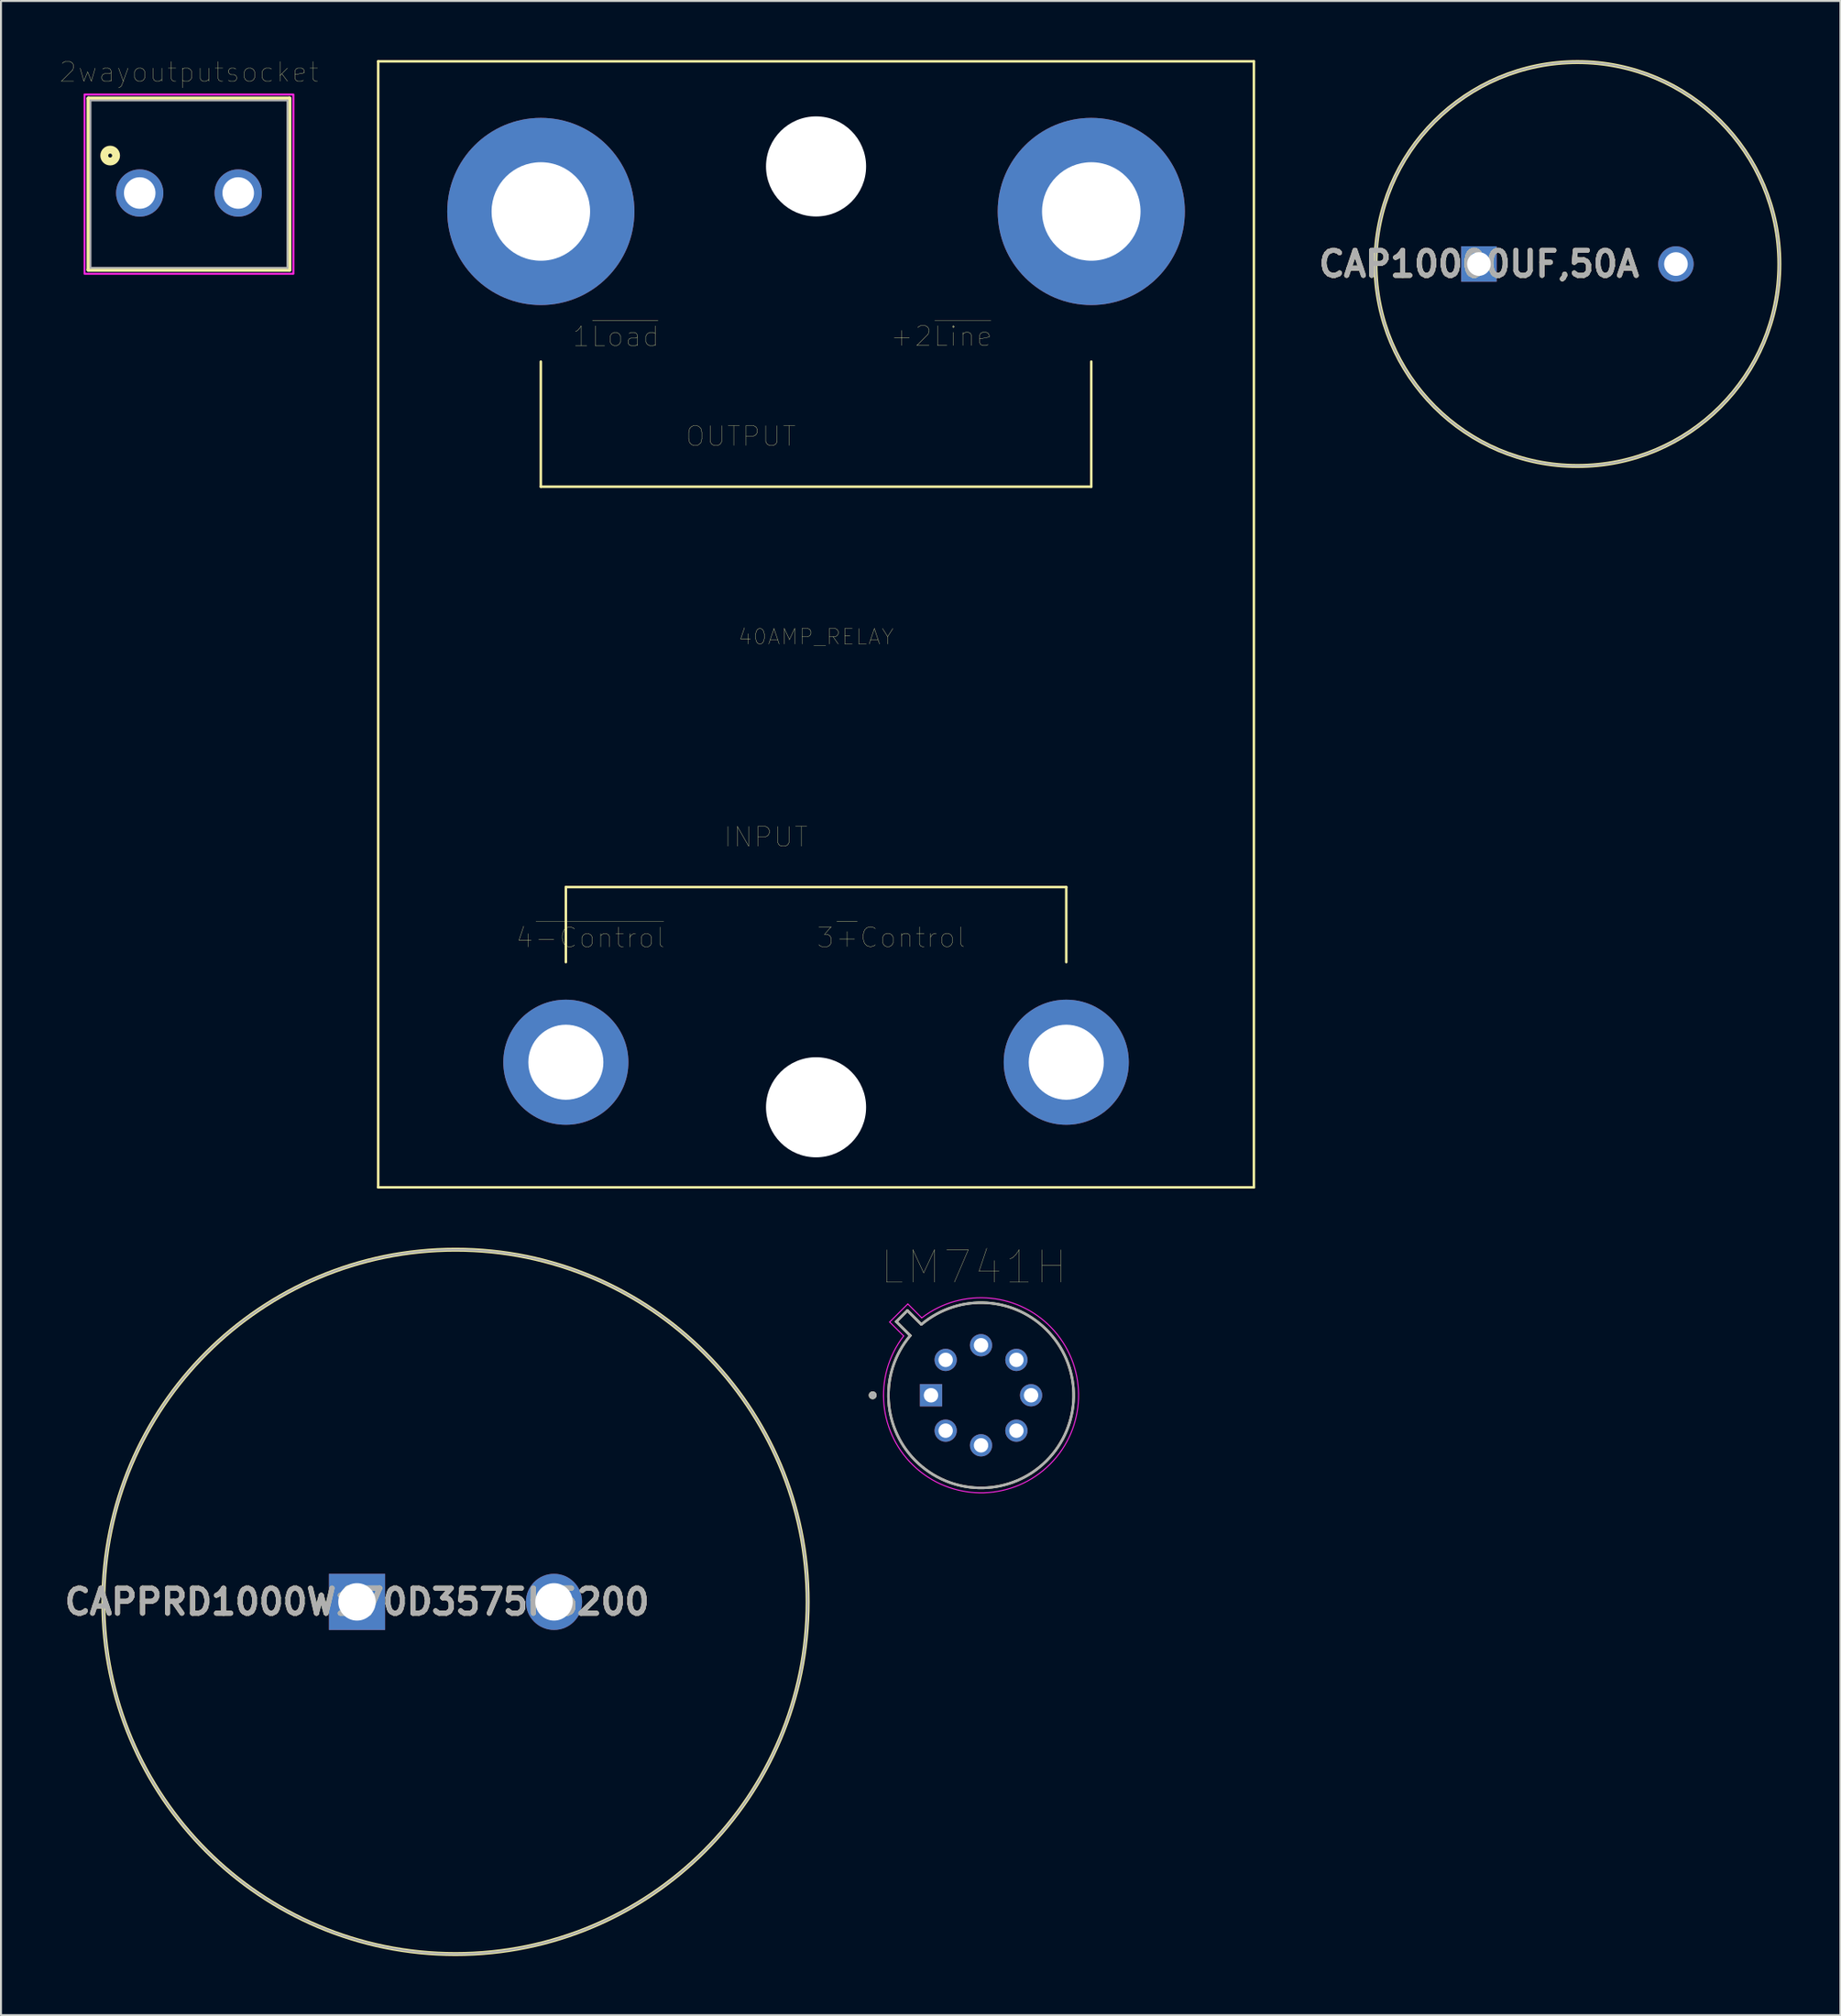
<source format=kicad_pcb>
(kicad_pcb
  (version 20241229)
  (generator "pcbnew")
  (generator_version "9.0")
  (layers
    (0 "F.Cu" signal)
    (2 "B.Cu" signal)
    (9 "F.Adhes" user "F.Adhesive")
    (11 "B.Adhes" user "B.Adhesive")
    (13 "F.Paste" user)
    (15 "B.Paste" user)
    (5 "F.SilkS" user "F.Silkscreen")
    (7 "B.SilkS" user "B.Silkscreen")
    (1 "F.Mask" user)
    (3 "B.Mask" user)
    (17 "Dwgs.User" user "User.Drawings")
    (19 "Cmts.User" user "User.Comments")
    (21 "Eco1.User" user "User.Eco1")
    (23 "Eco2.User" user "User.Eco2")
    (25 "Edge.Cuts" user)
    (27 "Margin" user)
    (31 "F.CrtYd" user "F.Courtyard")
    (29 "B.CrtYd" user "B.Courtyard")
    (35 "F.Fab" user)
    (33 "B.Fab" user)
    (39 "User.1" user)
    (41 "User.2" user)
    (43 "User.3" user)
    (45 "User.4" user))
  (footprint "CAPPRD1000W170D3575H5200"
    (layer "F.Cu")
    (at 15.071 78.252)
    (property "Reference" "CAPPRD1000W170D3575H5200" (at 0 0 0) (layer "F.SilkS") (effects (font (size 1.27 1.27) (thickness 0.254))))
    (attr through_hole)
    (fp_circle (center 5 0) (end 5 17.875) (stroke (width 0.2) (type solid)) (fill no) (layer "F.SilkS"))
    (fp_circle (center 5 0) (end 5 17.875) (stroke (width 0.1) (type solid)) (fill no) (layer "F.Fab"))
    (fp_text user "${REFERENCE}" (at 0 0 0) (layer "F.Fab") (effects (font (size 1.27 1.27) (thickness 0.254))))
    (pad "1" thru_hole rect (at 0 0) (size 2.85 2.85) (drill 1.9) (layers "*.Cu" "*.Mask"))
    (pad "2" thru_hole circle (at 10 0) (size 2.85 2.85) (drill 1.9) (layers "*.Cu" "*.Mask")))
  (footprint "40AMP_RELAY"
    (layer "F.Cu")
    (at 38.372 29.273)
    (property "Reference" "40AMP_RELAY" (at 0 0 0) (layer "F.SilkS") (effects (font (size 0.787 0.787) (thickness 0.015))))
    (attr through_hole)
    (fp_line (start -22.225 -29.21) (end 22.225 -29.21) (stroke (width 0.127) (type solid)) (layer "F.SilkS"))
    (fp_line (start -22.225 27.94) (end -22.225 -29.21) (stroke (width 0.127) (type solid)) (layer "F.SilkS"))
    (fp_line (start -22.225 27.94) (end 22.225 27.94) (stroke (width 0.127) (type solid)) (layer "F.SilkS"))
    (fp_line (start -13.97 -13.97) (end -13.97 -7.62) (stroke (width 0.127) (type solid)) (layer "F.SilkS"))
    (fp_line (start -13.97 -7.62) (end 13.97 -7.62) (stroke (width 0.127) (type solid)) (layer "F.SilkS"))
    (fp_line (start -12.7 12.7) (end 12.7 12.7) (stroke (width 0.127) (type solid)) (layer "F.SilkS"))
    (fp_line (start -12.7 16.51) (end -12.7 12.7) (stroke (width 0.127) (type solid)) (layer "F.SilkS"))
    (fp_line (start 12.7 12.7) (end 12.7 16.51) (stroke (width 0.127) (type solid)) (layer "F.SilkS"))
    (fp_line (start 13.97 -7.62) (end 13.97 -13.97) (stroke (width 0.127) (type solid)) (layer "F.SilkS"))
    (fp_line (start 22.225 -29.21) (end 22.225 27.94) (stroke (width 0.127) (type solid)) (layer "F.SilkS"))
    (fp_text user "OUTPUT" (at -3.817 -10.179 0) (layer "F.SilkS") (effects (font (size 1.002 1.002) (thickness 0.015))))
    (fp_text user "4~{-Control}" (at -11.452 15.27 0) (layer "F.SilkS") (effects (font (size 1.002 1.002) (thickness 0.015))))
    (fp_text user "1~{Load}" (at -10.162 -15.243 0) (layer "F.SilkS") (effects (font (size 1 1) (thickness 0.015))))
    (fp_text user "3~{+}Control" (at 3.814 15.257 0) (layer "F.SilkS") (effects (font (size 1.001 1.001) (thickness 0.015))))
    (fp_text user "INPUT" (at -2.541 10.162 0) (layer "F.SilkS") (effects (font (size 1 1) (thickness 0.015))))
    (fp_text user "+2~{Line}" (at 6.354 -15.251 0) (layer "F.SilkS") (effects (font (size 1.001 1.001) (thickness 0.015))))
    (pad "" np_thru_hole circle (at 0 -23.876) (size 5.08 5.08) (drill 5.08) (layers "*.Cu" "*.Mask"))
    (pad "" np_thru_hole circle (at 0 23.876) (size 5.08 5.08) (drill 5.08) (layers "*.Cu" "*.Mask"))
    (pad "+CONTROL" thru_hole circle (at -12.7 21.59) (size 6.35 6.35) (drill 3.81) (layers "*.Cu" "*.Mask"))
    (pad "CONTROL" thru_hole circle (at 12.7 21.59) (size 6.35 6.35) (drill 3.81) (layers "*.Cu" "*.Mask"))
    (pad "LINE" thru_hole circle (at 13.97 -21.59) (size 9.5 9.5) (drill 5) (layers "*.Cu" "*.Mask"))
    (pad "LOAD" thru_hole circle (at -13.97 -21.59) (size 9.5 9.5) (drill 5) (layers "*.Cu" "*.Mask")))
  (footprint "CAP10000UF,50A"
    (layer "F.Cu")
    (at 72.018 10.35)
    (property "Reference" "CAP10000UF,50A" (at 0 0 0) (layer "F.SilkS") (effects (font (size 1.27 1.27) (thickness 0.254))))
    (attr through_hole)
    (fp_circle (center 5 0) (end 5 10.25) (stroke (width 0.2) (type solid)) (fill no) (layer "F.SilkS"))
    (fp_circle (center 5 0) (end 5 10.25) (stroke (width 0.1) (type solid)) (fill no) (layer "F.Fab"))
    (fp_text user "${REFERENCE}" (at 0 0 0) (layer "F.Fab") (effects (font (size 1.27 1.27) (thickness 0.254))))
    (pad "1" thru_hole rect (at 0 0) (size 1.8 1.8) (drill 1.2) (layers "*.Cu" "*.Mask"))
    (pad "2" thru_hole circle (at 10 0) (size 1.8 1.8) (drill 1.2) (layers "*.Cu" "*.Mask")))
  (footprint "LM741H"
    (layer "F.Cu")
    (at 46.746 67.766)
    (property "Reference" "LM741H" (at -0.373 -6.503 0) (layer "F.SilkS") (effects (font (size 1.64 1.64) (thickness 0.015))))
    (attr through_hole)
    (fp_line (start -4.301 -3.736) (end -3.736 -4.301) (stroke (width 0.127) (type solid)) (layer "F.SilkS"))
    (fp_line (start -3.736 -4.301) (end -3.029 -3.594) (stroke (width 0.127) (type solid)) (layer "F.SilkS"))
    (fp_line (start -3.594 -3.029) (end -4.301 -3.736) (stroke (width 0.127) (type solid)) (layer "F.SilkS"))
    (fp_arc (start -3.029 -3.594) (mid 3.324927 3.324927) (end -3.594 -3.029) (stroke (width 0.127) (type solid)) (layer "F.SilkS"))
    (fp_circle (center -5.5 0) (end -5.4 0) (stroke (width 0.2) (type solid)) (fill no) (layer "F.SilkS"))
    (fp_line (start -4.637 -3.717) (end -3.929 -3.01) (stroke (width 0.05) (type solid)) (layer "F.CrtYd"))
    (fp_line (start -4.637 -3.717) (end -3.717 -4.637) (stroke (width 0.05) (type solid)) (layer "F.CrtYd"))
    (fp_line (start -3.717 -4.637) (end -3.01 -3.929) (stroke (width 0.05) (type solid)) (layer "F.CrtYd"))
    (fp_arc (start -3.01 -3.929) (mid 3.501036 3.501036) (end -3.929 -3.01) (stroke (width 0.05) (type solid)) (layer "F.CrtYd"))
    (fp_line (start -4.301 -3.736) (end -3.736 -4.301) (stroke (width 0.127) (type solid)) (layer "F.Fab"))
    (fp_line (start -3.736 -4.301) (end -3.029 -3.594) (stroke (width 0.127) (type solid)) (layer "F.Fab"))
    (fp_line (start -3.594 -3.029) (end -4.301 -3.736) (stroke (width 0.127) (type solid)) (layer "F.Fab"))
    (fp_arc (start -3.029 -3.594) (mid 3.324927 3.324927) (end -3.594 -3.029) (stroke (width 0.127) (type solid)) (layer "F.Fab"))
    (fp_circle (center -5.5 0) (end -5.4 0) (stroke (width 0.2) (type solid)) (fill no) (layer "F.Fab"))
    (pad "1" thru_hole rect (at -2.54 0) (size 1.13 1.13) (drill 0.73) (layers "*.Cu" "*.Mask"))
    (pad "2" thru_hole circle (at -1.796 1.796) (size 1.13 1.13) (drill 0.73) (layers "*.Cu" "*.Mask"))
    (pad "3" thru_hole circle (at 0 2.54) (size 1.13 1.13) (drill 0.73) (layers "*.Cu" "*.Mask"))
    (pad "4" thru_hole circle (at 1.796 1.796) (size 1.13 1.13) (drill 0.73) (layers "*.Cu" "*.Mask"))
    (pad "5" thru_hole circle (at 2.54 0) (size 1.13 1.13) (drill 0.73) (layers "*.Cu" "*.Mask"))
    (pad "6" thru_hole circle (at 1.796 -1.796) (size 1.13 1.13) (drill 0.73) (layers "*.Cu" "*.Mask"))
    (pad "7" thru_hole circle (at 0 -2.54) (size 1.13 1.13) (drill 0.73) (layers "*.Cu" "*.Mask"))
    (pad "8" thru_hole circle (at -1.796 -1.796) (size 1.13 1.13) (drill 0.73) (layers "*.Cu" "*.Mask")))
  (footprint "2wayoutputsocket"
    (layer "F.Cu")
    (at 6.542 6.746)
    (property "Reference" "2wayoutputsocket" (at 0 -6.135 0) (layer "F.SilkS") (effects (font (size 1 1) (thickness 0.015))))
    (attr through_hole)
    (fp_line (start -5.1 -4.8) (end 5.1 -4.8) (stroke (width 0.2) (type solid)) (layer "F.SilkS"))
    (fp_line (start -5.1 3.9) (end -5.1 -4.8) (stroke (width 0.2) (type solid)) (layer "F.SilkS"))
    (fp_line (start 5.1 -4.8) (end 5.1 3.9) (stroke (width 0.2) (type solid)) (layer "F.SilkS"))
    (fp_line (start 5.1 3.9) (end -5.1 3.9) (stroke (width 0.2) (type solid)) (layer "F.SilkS"))
    (fp_circle (center -4 -1.9) (end -3.9 -1.9) (stroke (width 0.4) (type solid)) (fill no) (layer "F.SilkS"))
    (fp_poly (pts (xy -5.3 -5) (xy 5.3 -5) (xy 5.3 4.1) (xy -5.3 4.1)) (stroke (width 0.1) (type solid)) (fill no) (layer "F.CrtYd"))
    (fp_line (start -5 -4.7) (end -5 3.8) (stroke (width 0.1) (type solid)) (layer "F.Fab"))
    (fp_line (start -5 3.8) (end 5 3.8) (stroke (width 0.1) (type solid)) (layer "F.Fab"))
    (fp_line (start 5 -4.7) (end -5 -4.7) (stroke (width 0.1) (type solid)) (layer "F.Fab"))
    (fp_line (start 5 3.8) (end 5 -4.7) (stroke (width 0.1) (type solid)) (layer "F.Fab"))
    (pad "1" thru_hole circle (at -2.5 0) (size 2.4 2.4) (drill 1.6) (layers "*.Cu" "*.Mask"))
    (pad "2" thru_hole circle (at 2.5 0) (size 2.4 2.4) (drill 1.6) (layers "*.Cu" "*.Mask")))
  (gr_rect
    (start -3 -3)
    (end 90.368 99.227)
    (stroke (width 0.1) (type default))
    (fill no)
    (layer "Edge.Cuts")))
</source>
